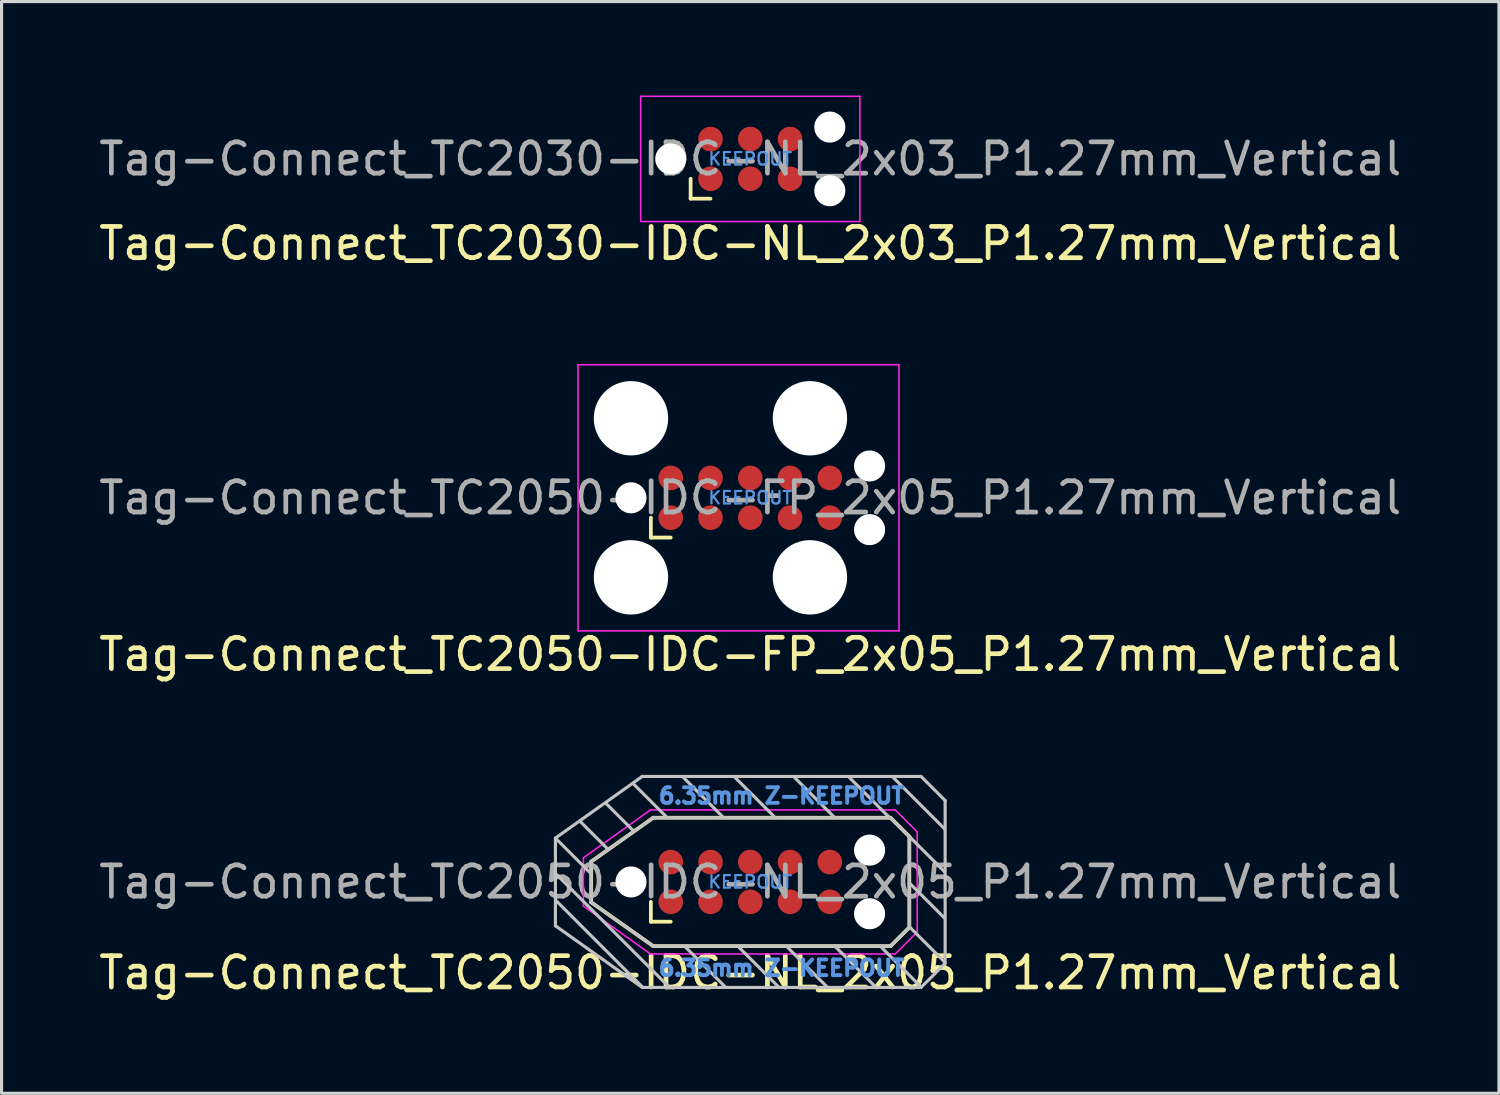
<source format=kicad_pcb>
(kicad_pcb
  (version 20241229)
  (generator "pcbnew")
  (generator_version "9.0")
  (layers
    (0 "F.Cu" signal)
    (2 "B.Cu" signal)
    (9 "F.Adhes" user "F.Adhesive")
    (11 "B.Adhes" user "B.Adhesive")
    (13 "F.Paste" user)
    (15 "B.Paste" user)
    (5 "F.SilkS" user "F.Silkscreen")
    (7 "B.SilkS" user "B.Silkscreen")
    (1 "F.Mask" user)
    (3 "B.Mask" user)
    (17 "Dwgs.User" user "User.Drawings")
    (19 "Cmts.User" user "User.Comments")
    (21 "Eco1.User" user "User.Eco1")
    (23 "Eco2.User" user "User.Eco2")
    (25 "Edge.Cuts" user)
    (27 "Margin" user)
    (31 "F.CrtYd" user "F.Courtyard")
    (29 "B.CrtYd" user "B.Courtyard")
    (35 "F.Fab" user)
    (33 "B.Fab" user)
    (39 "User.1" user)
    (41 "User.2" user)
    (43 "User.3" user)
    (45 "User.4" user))
  (footprint "Tag-Connect_TC2050-IDC-NL_2x05_P1.27mm_Vertical"
    (layer "F.Cu")
    (at 20.911 25.116)
    (property "Reference" "Tag-Connect_TC2050-IDC-NL_2x05_P1.27mm_Vertical" (at 0 2.9 0) (layer "F.SilkS") (effects (font (size 1 1) (thickness 0.15))))
    (attr exclude_from_pos_files exclude_from_bom)
    (fp_line (start -5.08 -0.65) (end -3.1 -2.05) (stroke (width 0.12) (type solid)) (layer "F.SilkS"))
    (fp_line (start -5.08 0.65) (end -5.08 -0.65) (stroke (width 0.12) (type solid)) (layer "F.SilkS"))
    (fp_line (start -3.175 1.27) (end -3.175 0.635) (stroke (width 0.12) (type solid)) (layer "F.SilkS"))
    (fp_line (start -3.1 -2.05) (end 4.48 -2.05) (stroke (width 0.12) (type solid)) (layer "F.SilkS"))
    (fp_line (start -3.1 2.05) (end -5.08 0.65) (stroke (width 0.12) (type solid)) (layer "F.SilkS"))
    (fp_line (start -2.54 1.27) (end -3.175 1.27) (stroke (width 0.12) (type solid)) (layer "F.SilkS"))
    (fp_line (start 4.48 -2.05) (end 5.08 -1.45) (stroke (width 0.12) (type solid)) (layer "F.SilkS"))
    (fp_line (start 4.48 2.05) (end -3.1 2.05) (stroke (width 0.12) (type solid)) (layer "F.SilkS"))
    (fp_line (start 4.48 2.05) (end 5.08 1.45) (stroke (width 0.12) (type solid)) (layer "F.SilkS"))
    (fp_line (start 5.08 -1.45) (end 5.08 1.45) (stroke (width 0.12) (type solid)) (layer "F.SilkS"))
    (fp_line (start -6.223 -1.4) (end -5.1 -0.277) (stroke (width 0.1) (type solid)) (layer "Dwgs.User"))
    (fp_line (start -6.223 -1.4) (end -3.45 -3.37) (stroke (width 0.1) (type solid)) (layer "Dwgs.User"))
    (fp_line (start -6.223 1.4) (end -6.223 -1.4) (stroke (width 0.1) (type solid)) (layer "Dwgs.User"))
    (fp_line (start -6.223 1.4) (end -3.45 3.37) (stroke (width 0.1) (type solid)) (layer "Dwgs.User"))
    (fp_line (start -6.2 -0.25) (end -2.6 3.35) (stroke (width 0.1) (type solid)) (layer "Dwgs.User"))
    (fp_line (start -6.2 0.6) (end -3.45 3.35) (stroke (width 0.1) (type solid)) (layer "Dwgs.User"))
    (fp_line (start -5.4 -1.9) (end -4.55 -1.05) (stroke (width 0.1) (type solid)) (layer "Dwgs.User"))
    (fp_line (start -5.08 -0.65) (end -3.1 -2.05) (stroke (width 0.1) (type solid)) (layer "Dwgs.User"))
    (fp_line (start -5.08 0.65) (end -5.08 -0.65) (stroke (width 0.1) (type solid)) (layer "Dwgs.User"))
    (fp_line (start -4.6 -2.5) (end -3.75 -1.65) (stroke (width 0.1) (type solid)) (layer "Dwgs.User"))
    (fp_line (start -3.75 -3.15) (end -2.65 -2.05) (stroke (width 0.1) (type solid)) (layer "Dwgs.User"))
    (fp_line (start -3.45 -3.37) (end 5.453 -3.37) (stroke (width 0.1) (type solid)) (layer "Dwgs.User"))
    (fp_line (start -3.1 -2.05) (end 4.48 -2.05) (stroke (width 0.1) (type solid)) (layer "Dwgs.User"))
    (fp_line (start -3.1 2.05) (end -5.08 0.65) (stroke (width 0.1) (type solid)) (layer "Dwgs.User"))
    (fp_line (start -2.15 -3.35) (end -0.85 -2.05) (stroke (width 0.1) (type solid)) (layer "Dwgs.User"))
    (fp_line (start -2.1 2.05) (end -0.8 3.35) (stroke (width 0.1) (type solid)) (layer "Dwgs.User"))
    (fp_line (start -0.5 -3.35) (end 0.8 -2.05) (stroke (width 0.1) (type solid)) (layer "Dwgs.User"))
    (fp_line (start -0.35 2.1) (end 0.9 3.35) (stroke (width 0.1) (type solid)) (layer "Dwgs.User"))
    (fp_line (start 1.15 2.05) (end 2.45 3.35) (stroke (width 0.1) (type solid)) (layer "Dwgs.User"))
    (fp_line (start 1.4 -3.35) (end 2.7 -2.05) (stroke (width 0.1) (type solid)) (layer "Dwgs.User"))
    (fp_line (start 2.7 2.05) (end 4 3.35) (stroke (width 0.1) (type solid)) (layer "Dwgs.User"))
    (fp_line (start 3.15 -3.35) (end 4.4 -2.1) (stroke (width 0.1) (type solid)) (layer "Dwgs.User"))
    (fp_line (start 4.2 2.1) (end 5.45 3.35) (stroke (width 0.1) (type solid)) (layer "Dwgs.User"))
    (fp_line (start 4.4 -2.1) (end 4.45 -2.05) (stroke (width 0.1) (type solid)) (layer "Dwgs.User"))
    (fp_line (start 4.48 -2.05) (end 5.08 -1.45) (stroke (width 0.1) (type solid)) (layer "Dwgs.User"))
    (fp_line (start 4.48 2.05) (end -3.1 2.05) (stroke (width 0.1) (type solid)) (layer "Dwgs.User"))
    (fp_line (start 4.48 2.05) (end 5.08 1.45) (stroke (width 0.1) (type solid)) (layer "Dwgs.User"))
    (fp_line (start 4.55 -3.35) (end 6.2 -1.7) (stroke (width 0.1) (type solid)) (layer "Dwgs.User"))
    (fp_line (start 5.08 -1.45) (end 5.08 1.45) (stroke (width 0.1) (type solid)) (layer "Dwgs.User"))
    (fp_line (start 5.08 -1.45) (end 6.2 -0.33) (stroke (width 0.1) (type solid)) (layer "Dwgs.User"))
    (fp_line (start 5.1 0.05) (end 6.2 1.15) (stroke (width 0.1) (type solid)) (layer "Dwgs.User"))
    (fp_line (start 5.1 1.45) (end 6.2 2.55) (stroke (width 0.1) (type solid)) (layer "Dwgs.User"))
    (fp_line (start 5.453 -3.37) (end 6.223 -2.6) (stroke (width 0.1) (type solid)) (layer "Dwgs.User"))
    (fp_line (start 5.453 3.37) (end -3.45 3.37) (stroke (width 0.1) (type solid)) (layer "Dwgs.User"))
    (fp_line (start 5.453 3.37) (end 6.223 2.6) (stroke (width 0.1) (type solid)) (layer "Dwgs.User"))
    (fp_line (start 6.223 -2.6) (end 6.223 2.6) (stroke (width 0.1) (type solid)) (layer "Dwgs.User"))
    (fp_line (start -5.33 -0.77) (end -3.19 -2.3) (stroke (width 0.05) (type solid)) (layer "F.CrtYd"))
    (fp_line (start -5.33 0.77) (end -5.33 -0.77) (stroke (width 0.05) (type solid)) (layer "F.CrtYd"))
    (fp_line (start -3.19 -2.3) (end 4.63 -2.3) (stroke (width 0.05) (type solid)) (layer "F.CrtYd"))
    (fp_line (start -3.19 2.3) (end -5.33 0.77) (stroke (width 0.05) (type solid)) (layer "F.CrtYd"))
    (fp_line (start 4.63 -2.3) (end 5.33 -1.6) (stroke (width 0.05) (type solid)) (layer "F.CrtYd"))
    (fp_line (start 4.63 2.3) (end -3.19 2.3) (stroke (width 0.05) (type solid)) (layer "F.CrtYd"))
    (fp_line (start 4.63 2.3) (end 5.33 1.6) (stroke (width 0.05) (type solid)) (layer "F.CrtYd"))
    (fp_line (start 5.33 -1.6) (end 5.33 1.6) (stroke (width 0.05) (type solid)) (layer "F.CrtYd"))
    (fp_text user "6.35mm Z-KEEPOUT" (at 1 -2.75 0) (layer "Cmts.User") (effects (font (size 0.5 0.5) (thickness 0.125))))
    (fp_text user "KEEPOUT" (at 0 0 0) (layer "Cmts.User") (effects (font (size 0.4 0.4) (thickness 0.07))))
    (fp_text user "6.35mm Z-KEEPOUT" (at 1 2.75 0) (layer "Cmts.User") (effects (font (size 0.5 0.5) (thickness 0.125))))
    (fp_text user "${REFERENCE}" (at 0 0 0) (layer "F.Fab") (effects (font (size 1 1) (thickness 0.15))))
    (pad "" np_thru_hole circle (at -3.81 0) (size 0.991 0.991) (drill 0.991) (layers "*.Cu" "*.Mask"))
    (pad "" np_thru_hole circle (at 3.81 -1.016) (size 0.991 0.991) (drill 0.991) (layers "*.Cu" "*.Mask"))
    (pad "" np_thru_hole circle (at 3.81 1.016) (size 0.991 0.991) (drill 0.991) (layers "*.Cu" "*.Mask"))
    (pad "1" connect circle (at -2.54 0.635) (size 0.787 0.787) (layers "F.Cu" "F.Mask"))
    (pad "2" connect circle (at -1.27 0.635) (size 0.787 0.787) (layers "F.Cu" "F.Mask"))
    (pad "3" connect circle (at 0 0.635) (size 0.787 0.787) (layers "F.Cu" "F.Mask"))
    (pad "4" connect circle (at 1.27 0.635) (size 0.787 0.787) (layers "F.Cu" "F.Mask"))
    (pad "5" connect circle (at 2.54 0.635) (size 0.787 0.787) (layers "F.Cu" "F.Mask"))
    (pad "6" connect circle (at 2.54 -0.635) (size 0.787 0.787) (layers "F.Cu" "F.Mask"))
    (pad "7" connect circle (at 1.27 -0.635) (size 0.787 0.787) (layers "F.Cu" "F.Mask"))
    (pad "8" connect circle (at 0 -0.635) (size 0.787 0.787) (layers "F.Cu" "F.Mask"))
    (pad "9" connect circle (at -1.27 -0.635) (size 0.787 0.787) (layers "F.Cu" "F.Mask"))
    (pad "10" connect circle (at -2.54 -0.635) (size 0.787 0.787) (layers "F.Cu" "F.Mask"))
    (zone (net_name "") (layer "F.Cu") (hatch full 0.508) (connect_pads) (min_thickness 0.254) (filled_areas_thickness no) (keepout (tracks allowed) (vias not_allowed) (pads allowed) (copperpour not_allowed) (footprints not_allowed)) (placement (enabled no)) (fill) (polygon (pts (xy 18.371 25.752) (xy 23.451 25.752) (xy 23.451 24.482) (xy 18.371 24.482)))))
  (footprint "Tag-Connect_TC2050-IDC-FP_2x05_P1.27mm_Vertical"
    (layer "F.Cu")
    (at 20.911 12.848)
    (property "Reference" "Tag-Connect_TC2050-IDC-FP_2x05_P1.27mm_Vertical" (at 0 5 0) (layer "F.SilkS") (effects (font (size 1 1) (thickness 0.15))))
    (attr exclude_from_pos_files exclude_from_bom)
    (fp_line (start -3.175 1.27) (end -3.175 0.635) (stroke (width 0.12) (type solid)) (layer "F.SilkS"))
    (fp_line (start -2.54 1.27) (end -3.175 1.27) (stroke (width 0.12) (type solid)) (layer "F.SilkS"))
    (fp_line (start -5.5 -4.25) (end 4.75 -4.25) (stroke (width 0.05) (type solid)) (layer "F.CrtYd"))
    (fp_line (start -5.5 4.25) (end -5.5 -4.25) (stroke (width 0.05) (type solid)) (layer "F.CrtYd"))
    (fp_line (start 4.75 -4.25) (end 4.75 4.25) (stroke (width 0.05) (type solid)) (layer "F.CrtYd"))
    (fp_line (start 4.75 4.25) (end -5.5 4.25) (stroke (width 0.05) (type solid)) (layer "F.CrtYd"))
    (fp_text user "KEEPOUT" (at 0 0 0) (layer "Cmts.User") (effects (font (size 0.4 0.4) (thickness 0.07))))
    (fp_text user "${REFERENCE}" (at 0 0 0) (layer "F.Fab") (effects (font (size 1 1) (thickness 0.15))))
    (pad "" np_thru_hole circle (at -3.81 -2.54) (size 2.375 2.375) (drill 2.375) (layers "*.Cu" "*.Mask"))
    (pad "" np_thru_hole circle (at -3.81 0) (size 0.991 0.991) (drill 0.991) (layers "*.Cu" "*.Mask"))
    (pad "" np_thru_hole circle (at -3.81 2.54) (size 2.375 2.375) (drill 2.375) (layers "*.Cu" "*.Mask"))
    (pad "" np_thru_hole circle (at 1.905 -2.54) (size 2.375 2.375) (drill 2.375) (layers "*.Cu" "*.Mask"))
    (pad "" np_thru_hole circle (at 1.905 2.54) (size 2.375 2.375) (drill 2.375) (layers "*.Cu" "*.Mask"))
    (pad "" np_thru_hole circle (at 3.81 -1.016) (size 0.991 0.991) (drill 0.991) (layers "*.Cu" "*.Mask"))
    (pad "" np_thru_hole circle (at 3.81 1.016) (size 0.991 0.991) (drill 0.991) (layers "*.Cu" "*.Mask"))
    (pad "1" connect circle (at -2.54 0.635) (size 0.787 0.787) (layers "F.Cu" "F.Mask"))
    (pad "2" connect circle (at -1.27 0.635) (size 0.787 0.787) (layers "F.Cu" "F.Mask"))
    (pad "3" connect circle (at 0 0.635) (size 0.787 0.787) (layers "F.Cu" "F.Mask"))
    (pad "4" connect circle (at 1.27 0.635) (size 0.787 0.787) (layers "F.Cu" "F.Mask"))
    (pad "5" connect circle (at 2.54 0.635) (size 0.787 0.787) (layers "F.Cu" "F.Mask"))
    (pad "6" connect circle (at 2.54 -0.635) (size 0.787 0.787) (layers "F.Cu" "F.Mask"))
    (pad "7" connect circle (at 1.27 -0.635) (size 0.787 0.787) (layers "F.Cu" "F.Mask"))
    (pad "8" connect circle (at 0 -0.635) (size 0.787 0.787) (layers "F.Cu" "F.Mask"))
    (pad "9" connect circle (at -1.27 -0.635) (size 0.787 0.787) (layers "F.Cu" "F.Mask"))
    (pad "10" connect circle (at -2.54 -0.635) (size 0.787 0.787) (layers "F.Cu" "F.Mask"))
    (zone (net_name "") (layer "F.Cu") (hatch full 0.508) (connect_pads) (min_thickness 0.254) (filled_areas_thickness no) (keepout (tracks allowed) (vias not_allowed) (pads allowed) (copperpour not_allowed) (footprints not_allowed)) (placement (enabled no)) (fill) (polygon (pts (xy 18.371 13.483) (xy 23.451 13.483) (xy 23.451 12.213) (xy 18.371 12.213)))))
  (footprint "Tag-Connect_TC2030-IDC-NL_2x03_P1.27mm_Vertical"
    (layer "F.Cu")
    (at 20.911 2.025)
    (property "Reference" "Tag-Connect_TC2030-IDC-NL_2x03_P1.27mm_Vertical" (at 0 2.7 0) (layer "F.SilkS") (effects (font (size 1 1) (thickness 0.15))))
    (attr exclude_from_pos_files exclude_from_bom)
    (fp_line (start -1.905 1.27) (end -1.905 0.635) (stroke (width 0.12) (type solid)) (layer "F.SilkS"))
    (fp_line (start -1.27 1.27) (end -1.905 1.27) (stroke (width 0.12) (type solid)) (layer "F.SilkS"))
    (fp_line (start -3.5 -2) (end 3.5 -2) (stroke (width 0.05) (type solid)) (layer "F.CrtYd"))
    (fp_line (start -3.5 2) (end -3.5 -2) (stroke (width 0.05) (type solid)) (layer "F.CrtYd"))
    (fp_line (start 3.5 -2) (end 3.5 2) (stroke (width 0.05) (type solid)) (layer "F.CrtYd"))
    (fp_line (start 3.5 2) (end -3.5 2) (stroke (width 0.05) (type solid)) (layer "F.CrtYd"))
    (fp_text user "KEEPOUT" (at 0 0 0) (layer "Cmts.User") (effects (font (size 0.4 0.4) (thickness 0.07))))
    (fp_text user "${REFERENCE}" (at 0 0 0) (layer "F.Fab") (effects (font (size 1 1) (thickness 0.15))))
    (pad "" np_thru_hole circle (at -2.54 0) (size 0.991 0.991) (drill 0.991) (layers "*.Cu" "*.Mask"))
    (pad "" np_thru_hole circle (at 2.54 -1.016) (size 0.991 0.991) (drill 0.991) (layers "*.Cu" "*.Mask"))
    (pad "" np_thru_hole circle (at 2.54 1.016) (size 0.991 0.991) (drill 0.991) (layers "*.Cu" "*.Mask"))
    (pad "1" connect circle (at -1.27 0.635) (size 0.787 0.787) (layers "F.Cu" "F.Mask"))
    (pad "2" connect circle (at -1.27 -0.635) (size 0.787 0.787) (layers "F.Cu" "F.Mask"))
    (pad "3" connect circle (at 0 0.635) (size 0.787 0.787) (layers "F.Cu" "F.Mask"))
    (pad "4" connect circle (at 0 -0.635) (size 0.787 0.787) (layers "F.Cu" "F.Mask"))
    (pad "5" connect circle (at 1.27 0.635) (size 0.787 0.787) (layers "F.Cu" "F.Mask"))
    (pad "6" connect circle (at 1.27 -0.635) (size 0.787 0.787) (layers "F.Cu" "F.Mask"))
    (zone (net_name "") (layer "F.Cu") (hatch full 0.508) (connect_pads) (min_thickness 0.254) (filled_areas_thickness no) (keepout (tracks allowed) (vias not_allowed) (pads allowed) (copperpour not_allowed) (footprints not_allowed)) (placement (enabled no)) (fill) (polygon (pts (xy 22.181 1.39) (xy 19.641 1.39) (xy 19.641 2.66) (xy 22.181 2.66)))))
  (gr_rect
    (start -3 -3)
    (end 44.821 31.865)
    (stroke (width 0.1) (type default))
    (fill no)
    (layer "Edge.Cuts")))
</source>
